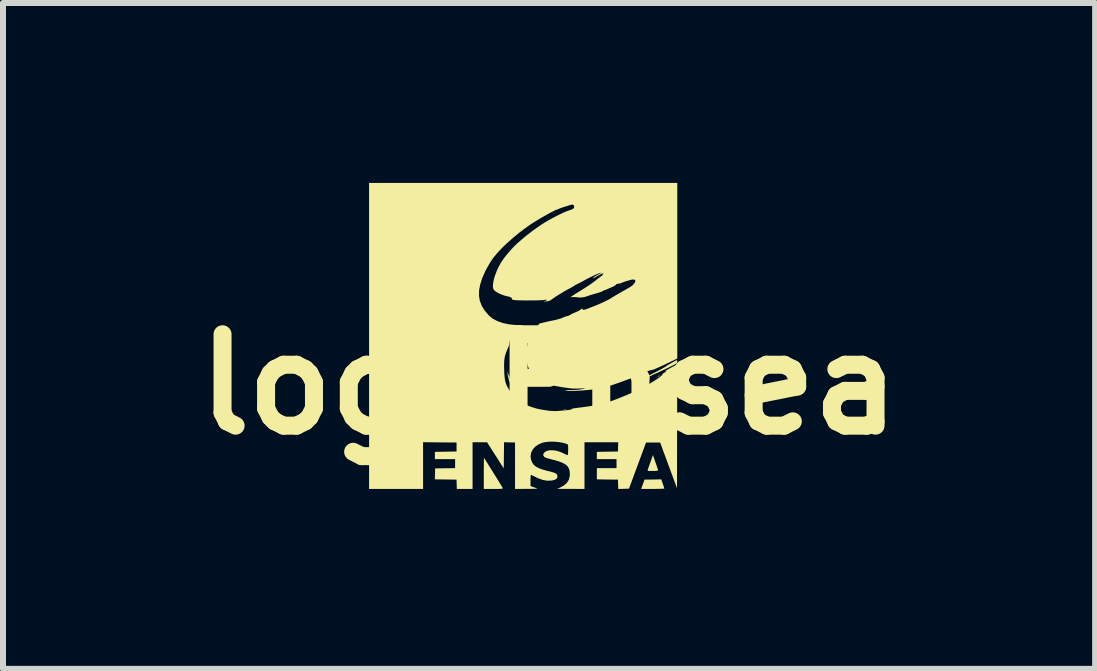
<source format=kicad_pcb>
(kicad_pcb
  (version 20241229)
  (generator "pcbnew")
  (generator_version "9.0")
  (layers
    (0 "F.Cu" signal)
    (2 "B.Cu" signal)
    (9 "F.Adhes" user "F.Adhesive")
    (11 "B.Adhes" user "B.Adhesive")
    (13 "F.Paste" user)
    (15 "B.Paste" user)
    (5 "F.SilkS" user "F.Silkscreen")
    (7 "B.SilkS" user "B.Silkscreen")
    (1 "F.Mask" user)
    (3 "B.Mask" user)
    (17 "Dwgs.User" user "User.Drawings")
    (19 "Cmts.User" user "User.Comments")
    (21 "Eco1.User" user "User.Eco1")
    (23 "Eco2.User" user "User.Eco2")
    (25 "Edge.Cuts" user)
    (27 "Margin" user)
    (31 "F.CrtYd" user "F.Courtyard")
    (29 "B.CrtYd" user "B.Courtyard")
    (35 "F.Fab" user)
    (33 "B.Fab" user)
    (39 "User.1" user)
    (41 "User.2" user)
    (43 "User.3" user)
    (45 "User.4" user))
  (footprint "logoEnsea"
    (layer "F.Cu")
    (at 6.103 3.357)
    (property "Reference" "logoEnsea" (at 0 0 0) (layer "F.SilkS") (effects (font (size 1.524 1.524) (thickness 0.3))))
    (attr board_only exclude_from_pos_files exclude_from_bom)
    (fp_poly (pts (xy 0.234 0.089) (xy 0.23 0.094) (xy 0.225 0.089) (xy 0.23 0.084)) (stroke (width 0) (type solid)) (fill yes) (layer "F.SilkS"))
    (fp_poly (pts (xy 0.356 -1.449) (xy 0.352 -1.444) (xy 0.347 -1.449) (xy 0.352 -1.453)) (stroke (width 0) (type solid)) (fill yes) (layer "F.SilkS"))
    (fp_poly (pts (xy 0.891 -1.833) (xy 0.886 -1.828) (xy 0.881 -1.833) (xy 0.886 -1.838)) (stroke (width 0) (type solid)) (fill yes) (layer "F.SilkS"))
    (fp_poly (pts (xy 1.538 -0.08) (xy 1.533 -0.075) (xy 1.528 -0.08) (xy 1.533 -0.084)) (stroke (width 0) (type solid)) (fill yes) (layer "F.SilkS"))
    (fp_poly (pts (xy 1.556 -0.089) (xy 1.552 -0.084) (xy 1.547 -0.089) (xy 1.552 -0.094)) (stroke (width 0) (type solid)) (fill yes) (layer "F.SilkS"))
    (fp_poly (pts (xy 1.8 -0.117) (xy 1.796 -0.113) (xy 1.791 -0.117) (xy 1.796 -0.122)) (stroke (width 0) (type solid)) (fill yes) (layer "F.SilkS"))
    (fp_poly (pts (xy 1.866 -0.155) (xy 1.861 -0.15) (xy 1.856 -0.155) (xy 1.861 -0.159)) (stroke (width 0) (type solid)) (fill yes) (layer "F.SilkS"))
    (fp_poly (pts (xy 0.293 0.415) (xy 0.297 0.418) (xy 0.285 0.419) (xy 0.267 0.419) (xy 0.246 0.419) (xy 0.24 0.417) (xy 0.246 0.415) (xy 0.274 0.414)) (stroke (width 0) (type solid)) (fill yes) (layer "F.SilkS"))
    (fp_poly (pts (xy 1.516 -0.071) (xy 1.51 -0.066) (xy 1.492 -0.058) (xy 1.486 -0.057) (xy 1.484 -0.06) (xy 1.491 -0.066) (xy 1.508 -0.074) (xy 1.514 -0.075)) (stroke (width 0) (type solid)) (fill yes) (layer "F.SilkS"))
    (fp_poly (pts (xy 1.847 -0.146) (xy 1.84 -0.138) (xy 1.828 -0.131) (xy 1.814 -0.125) (xy 1.81 -0.126) (xy 1.817 -0.133) (xy 1.828 -0.141) (xy 1.843 -0.147)) (stroke (width 0) (type solid)) (fill yes) (layer "F.SilkS"))
    (fp_poly (pts (xy -0.576 0.136) (xy -0.562 0.147) (xy -0.544 0.164) (xy -0.525 0.184) (xy -0.51 0.201) (xy -0.505 0.209) (xy -0.499 0.222) (xy -0.503 0.222) (xy -0.518 0.209) (xy -0.543 0.183) (xy -0.563 0.16) (xy -0.577 0.142) (xy -0.581 0.134)) (stroke (width 0) (type solid)) (fill yes) (layer "F.SilkS"))
    (fp_poly (pts (xy -0.671 -0.145) (xy -0.657 -0.099) (xy -0.64 -0.05) (xy -0.625 -0.008) (xy -0.624 -0.006) (xy -0.613 0.024) (xy -0.606 0.046) (xy -0.604 0.056) (xy -0.604 0.056) (xy -0.611 0.049) (xy -0.623 0.03) (xy -0.631 0.016) (xy -0.667 -0.064) (xy -0.688 -0.15) (xy -0.689 -0.167) (xy -0.694 -0.22)) (stroke (width 0) (type solid)) (fill yes) (layer "F.SilkS"))
    (fp_poly (pts (xy 1.896 1.657) (xy 1.908 1.691) (xy 1.917 1.719) (xy 1.922 1.735) (xy 1.922 1.737) (xy 1.913 1.739) (xy 1.888 1.741) (xy 1.85 1.742) (xy 1.802 1.743) (xy 1.745 1.744) (xy 1.729 1.744) (xy 1.536 1.744) (xy 1.543 1.723) (xy 1.55 1.703) (xy 1.561 1.673) (xy 1.571 1.646) (xy 1.592 1.589) (xy 1.731 1.587) (xy 1.871 1.584)) (stroke (width 0) (type solid)) (fill yes) (layer "F.SilkS"))
    (fp_poly (pts (xy 1.775 1.303) (xy 1.791 1.348) (xy 1.804 1.388) (xy 1.814 1.417) (xy 1.819 1.433) (xy 1.819 1.435) (xy 1.81 1.439) (xy 1.787 1.442) (xy 1.753 1.444) (xy 1.729 1.444) (xy 1.688 1.444) (xy 1.662 1.443) (xy 1.648 1.44) (xy 1.644 1.435) (xy 1.645 1.426) (xy 1.646 1.423) (xy 1.652 1.406) (xy 1.662 1.376) (xy 1.676 1.336) (xy 1.692 1.292) (xy 1.692 1.29) (xy 1.732 1.179)) (stroke (width 0) (type solid)) (fill yes) (layer "F.SilkS"))
    (fp_poly (pts (xy -1.078 1.236) (xy -1.064 1.257) (xy -1.043 1.29) (xy -1.017 1.331) (xy -0.987 1.38) (xy -0.954 1.432) (xy -0.92 1.487) (xy -0.886 1.541) (xy -0.854 1.593) (xy -0.826 1.639) (xy -0.802 1.679) (xy -0.784 1.708) (xy -0.774 1.726) (xy -0.772 1.729) (xy -0.772 1.735) (xy -0.778 1.739) (xy -0.792 1.741) (xy -0.817 1.743) (xy -0.854 1.744) (xy -0.908 1.744) (xy -0.927 1.744) (xy -1.088 1.744) (xy -1.088 1.486) (xy -1.088 1.419) (xy -1.087 1.358) (xy -1.087 1.306) (xy -1.086 1.266) (xy -1.085 1.239) (xy -1.084 1.228) (xy -1.084 1.228)) (stroke (width 0) (type solid)) (fill yes) (layer "F.SilkS"))
    (fp_poly (pts (xy 2.136 -0.395) (xy 2.138 -0.377) (xy 2.137 -0.367) (xy 2.133 -0.358) (xy 2.124 -0.349) (xy 2.107 -0.338) (xy 2.08 -0.323) (xy 2.041 -0.304) (xy 1.989 -0.278) (xy 1.97 -0.269) (xy 1.916 -0.243) (xy 1.864 -0.219) (xy 1.819 -0.198) (xy 1.784 -0.182) (xy 1.762 -0.173) (xy 1.761 -0.172) (xy 1.735 -0.161) (xy 1.715 -0.151) (xy 1.71 -0.149) (xy 1.698 -0.142) (xy 1.673 -0.132) (xy 1.643 -0.12) (xy 1.612 -0.109) (xy 1.585 -0.099) (xy 1.568 -0.095) (xy 1.566 -0.094) (xy 1.572 -0.098) (xy 1.591 -0.109) (xy 1.621 -0.125) (xy 1.65 -0.14) (xy 1.729 -0.18) (xy 1.798 -0.215) (xy 1.856 -0.246) (xy 1.902 -0.272) (xy 1.935 -0.29) (xy 1.953 -0.302) (xy 1.955 -0.304) (xy 1.966 -0.312) (xy 1.989 -0.327) (xy 2.02 -0.344) (xy 2.053 -0.363) (xy 2.086 -0.381) (xy 2.112 -0.395) (xy 2.129 -0.402) (xy 2.132 -0.403)) (stroke (width 0) (type solid)) (fill yes) (layer "F.SilkS"))
    (fp_poly (pts (xy 2.138 -0.431) (xy 1.943 -0.336) (xy 1.886 -0.309) (xy 1.832 -0.285) (xy 1.785 -0.264) (xy 1.748 -0.249) (xy 1.723 -0.241) (xy 1.716 -0.239) (xy 1.697 -0.237) (xy 1.674 -0.23) (xy 1.643 -0.219) (xy 1.603 -0.203) (xy 1.552 -0.181) (xy 1.486 -0.151) (xy 1.466 -0.142) (xy 1.42 -0.123) (xy 1.362 -0.099) (xy 1.295 -0.074) (xy 1.222 -0.047) (xy 1.148 -0.021) (xy 1.076 0.004) (xy 1.01 0.026) (xy 0.952 0.044) (xy 0.907 0.057) (xy 0.893 0.06) (xy 0.84 0.07) (xy 0.776 0.08) (xy 0.704 0.089) (xy 0.628 0.096) (xy 0.551 0.103) (xy 0.477 0.107) (xy 0.409 0.11) (xy 0.35 0.111) (xy 0.304 0.109) (xy 0.282 0.106) (xy 0.269 0.103) (xy 0.27 0.1) (xy 0.286 0.099) (xy 0.318 0.097) (xy 0.367 0.097) (xy 0.432 0.094) (xy 0.49 0.09) (xy 0.537 0.083) (xy 0.553 0.08) (xy 0.614 0.066) (xy 0.5 0.07) (xy 0.453 0.071) (xy 0.412 0.071) (xy 0.371 0.069) (xy 0.325 0.063) (xy 0.27 0.055) (xy 0.216 0.047) (xy 0.145 0.035) (xy 0.088 0.024) (xy 0.042 0.013) (xy 0.001 0.002) (xy -0.036 -0.011) (xy -0.076 -0.028) (xy -0.121 -0.049) (xy -0.128 -0.052) (xy -0.183 -0.082) (xy -0.227 -0.113) (xy -0.265 -0.152) (xy -0.301 -0.202) (xy -0.318 -0.229) (xy -0.342 -0.276) (xy -0.359 -0.323) (xy -0.37 -0.376) (xy -0.374 -0.44) (xy -0.375 -0.484) (xy -0.373 -0.56) (xy -0.367 -0.622) (xy -0.355 -0.676) (xy -0.337 -0.728) (xy -0.332 -0.739) (xy -0.312 -0.779) (xy -0.285 -0.828) (xy -0.253 -0.881) (xy -0.222 -0.93) (xy -0.193 -0.97) (xy -0.177 -0.992) (xy -0.166 -1.007) (xy -0.164 -1.011) (xy -0.154 -1.014) (xy -0.129 -1.021) (xy -0.093 -1.03) (xy -0.049 -1.04) (xy -0.001 -1.051) (xy 0.048 -1.061) (xy 0.084 -1.068) (xy 0.131 -1.079) (xy 0.176 -1.092) (xy 0.213 -1.104) (xy 0.228 -1.111) (xy 0.258 -1.124) (xy 0.285 -1.133) (xy 0.296 -1.135) (xy 0.317 -1.14) (xy 0.344 -1.153) (xy 0.352 -1.158) (xy 0.38 -1.174) (xy 0.417 -1.191) (xy 0.439 -1.2) (xy 0.47 -1.213) (xy 0.495 -1.225) (xy 0.506 -1.232) (xy 0.525 -1.246) (xy 0.544 -1.257) (xy 0.558 -1.261) (xy 0.562 -1.259) (xy 0.561 -1.248) (xy 0.567 -1.242) (xy 0.58 -1.242) (xy 0.603 -1.247) (xy 0.639 -1.26) (xy 0.69 -1.279) (xy 0.695 -1.281) (xy 0.784 -1.316) (xy 0.865 -1.351) (xy 0.937 -1.384) (xy 0.996 -1.414) (xy 1.039 -1.439) (xy 1.042 -1.442) (xy 1.065 -1.456) (xy 1.101 -1.478) (xy 1.144 -1.503) (xy 1.19 -1.53) (xy 1.205 -1.538) (xy 1.265 -1.572) (xy 1.312 -1.599) (xy 1.347 -1.619) (xy 1.372 -1.636) (xy 1.391 -1.65) (xy 1.405 -1.664) (xy 1.417 -1.678) (xy 1.421 -1.683) (xy 1.438 -1.712) (xy 1.438 -1.733) (xy 1.422 -1.745) (xy 1.396 -1.748) (xy 1.373 -1.744) (xy 1.339 -1.735) (xy 1.299 -1.723) (xy 1.257 -1.71) (xy 1.221 -1.696) (xy 1.198 -1.686) (xy 1.177 -1.68) (xy 1.154 -1.678) (xy 1.127 -1.672) (xy 1.116 -1.661) (xy 1.103 -1.649) (xy 1.078 -1.634) (xy 1.046 -1.619) (xy 1.043 -1.618) (xy 1.008 -1.603) (xy 0.975 -1.589) (xy 0.953 -1.579) (xy 0.93 -1.57) (xy 0.913 -1.566) (xy 0.901 -1.561) (xy 0.9 -1.558) (xy 0.892 -1.552) (xy 0.868 -1.542) (xy 0.833 -1.53) (xy 0.79 -1.517) (xy 0.742 -1.503) (xy 0.727 -1.499) (xy 0.693 -1.489) (xy 0.659 -1.477) (xy 0.656 -1.476) (xy 0.586 -1.454) (xy 0.523 -1.446) (xy 0.49 -1.449) (xy 0.451 -1.453) (xy 0.412 -1.455) (xy 0.403 -1.455) (xy 0.361 -1.454) (xy 0.383 -1.471) (xy 0.398 -1.481) (xy 0.427 -1.5) (xy 0.465 -1.524) (xy 0.51 -1.552) (xy 0.556 -1.58) (xy 0.609 -1.614) (xy 0.663 -1.649) (xy 0.711 -1.682) (xy 0.751 -1.711) (xy 0.773 -1.728) (xy 0.806 -1.755) (xy 0.838 -1.78) (xy 0.862 -1.798) (xy 0.869 -1.802) (xy 0.889 -1.817) (xy 0.901 -1.833) (xy 0.905 -1.845) (xy 0.898 -1.85) (xy 0.887 -1.848) (xy 0.87 -1.839) (xy 0.842 -1.824) (xy 0.809 -1.806) (xy 0.802 -1.802) (xy 0.771 -1.785) (xy 0.747 -1.773) (xy 0.734 -1.768) (xy 0.732 -1.768) (xy 0.735 -1.777) (xy 0.754 -1.792) (xy 0.788 -1.812) (xy 0.819 -1.829) (xy 0.846 -1.844) (xy 0.864 -1.856) (xy 0.87 -1.862) (xy 0.859 -1.86) (xy 0.835 -1.852) (xy 0.801 -1.838) (xy 0.76 -1.82) (xy 0.716 -1.799) (xy 0.671 -1.777) (xy 0.628 -1.755) (xy 0.592 -1.735) (xy 0.554 -1.714) (xy 0.52 -1.696) (xy 0.494 -1.683) (xy 0.485 -1.679) (xy 0.461 -1.667) (xy 0.431 -1.65) (xy 0.419 -1.642) (xy 0.388 -1.623) (xy 0.351 -1.602) (xy 0.323 -1.588) (xy 0.28 -1.565) (xy 0.228 -1.534) (xy 0.172 -1.5) (xy 0.118 -1.466) (xy 0.072 -1.435) (xy 0.05 -1.419) (xy 0.02 -1.399) (xy -0.007 -1.388) (xy -0.041 -1.383) (xy -0.051 -1.382) (xy -0.079 -1.381) (xy -0.091 -1.381) (xy -0.086 -1.384) (xy -0.077 -1.387) (xy -0.047 -1.397) (xy -0.035 -1.405) (xy -0.04 -1.41) (xy -0.063 -1.41) (xy -0.08 -1.406) (xy -0.101 -1.404) (xy -0.137 -1.402) (xy -0.185 -1.4) (xy -0.242 -1.399) (xy -0.303 -1.399) (xy -0.366 -1.398) (xy -0.428 -1.399) (xy -0.484 -1.4) (xy -0.531 -1.401) (xy -0.567 -1.404) (xy -0.581 -1.405) (xy -0.608 -1.411) (xy -0.62 -1.419) (xy -0.621 -1.428) (xy -0.623 -1.441) (xy -0.638 -1.451) (xy -0.666 -1.461) (xy -0.711 -1.471) (xy -0.715 -1.472) (xy -0.757 -1.484) (xy -0.804 -1.502) (xy -0.849 -1.523) (xy -0.887 -1.546) (xy -0.915 -1.568) (xy -0.919 -1.573) (xy -0.933 -1.604) (xy -0.936 -1.647) (xy -0.93 -1.701) (xy -0.917 -1.763) (xy -0.896 -1.829) (xy -0.868 -1.898) (xy -0.836 -1.967) (xy -0.798 -2.034) (xy -0.757 -2.095) (xy -0.73 -2.13) (xy -0.706 -2.159) (xy -0.677 -2.194) (xy -0.649 -2.227) (xy -0.599 -2.282) (xy -0.536 -2.344) (xy -0.46 -2.411) (xy -0.376 -2.481) (xy -0.285 -2.551) (xy -0.191 -2.619) (xy -0.136 -2.657) (xy -0.081 -2.692) (xy -0.018 -2.729) (xy 0.05 -2.767) (xy 0.119 -2.803) (xy 0.186 -2.837) (xy 0.248 -2.866) (xy 0.301 -2.888) (xy 0.341 -2.902) (xy 0.343 -2.902) (xy 0.386 -2.918) (xy 0.412 -2.935) (xy 0.42 -2.956) (xy 0.413 -2.981) (xy 0.4 -2.995) (xy 0.38 -2.996) (xy 0.377 -2.995) (xy 0.353 -2.989) (xy 0.319 -2.979) (xy 0.28 -2.966) (xy 0.24 -2.954) (xy 0.205 -2.942) (xy 0.178 -2.932) (xy 0.164 -2.926) (xy 0.164 -2.926) (xy 0.148 -2.918) (xy 0.131 -2.913) (xy 0.11 -2.905) (xy 0.076 -2.889) (xy 0.032 -2.866) (xy -0.02 -2.838) (xy -0.077 -2.806) (xy -0.135 -2.773) (xy -0.192 -2.739) (xy -0.245 -2.706) (xy -0.292 -2.676) (xy -0.295 -2.675) (xy -0.399 -2.602) (xy -0.504 -2.522) (xy -0.604 -2.439) (xy -0.7 -2.354) (xy -0.787 -2.27) (xy -0.863 -2.189) (xy -0.926 -2.113) (xy -0.946 -2.086) (xy -0.974 -2.044) (xy -1.005 -1.991) (xy -1.037 -1.935) (xy -1.065 -1.882) (xy -1.065 -1.882) (xy -1.114 -1.769) (xy -1.148 -1.664) (xy -1.166 -1.568) (xy -1.168 -1.478) (xy -1.154 -1.393) (xy -1.123 -1.312) (xy -1.076 -1.234) (xy -1.013 -1.158) (xy -1.001 -1.146) (xy -0.939 -1.095) (xy -0.862 -1.054) (xy -0.771 -1.022) (xy -0.667 -1) (xy -0.551 -0.988) (xy -0.547 -0.988) (xy -0.431 -0.982) (xy -0.494 -0.914) (xy -0.547 -0.858) (xy -0.587 -0.814) (xy -0.617 -0.779) (xy -0.638 -0.753) (xy -0.651 -0.732) (xy -0.658 -0.716) (xy -0.661 -0.703) (xy -0.66 -0.696) (xy -0.663 -0.664) (xy -0.679 -0.619) (xy -0.688 -0.598) (xy -0.711 -0.545) (xy -0.727 -0.498) (xy -0.739 -0.453) (xy -0.746 -0.406) (xy -0.749 -0.351) (xy -0.749 -0.284) (xy -0.748 -0.248) (xy -0.745 -0.169) (xy -0.739 -0.105) (xy -0.73 -0.052) (xy -0.716 -0.005) (xy -0.697 0.038) (xy -0.671 0.083) (xy -0.657 0.105) (xy -0.621 0.153) (xy -0.579 0.202) (xy -0.533 0.248) (xy -0.489 0.286) (xy -0.45 0.313) (xy -0.442 0.318) (xy -0.401 0.337) (xy -0.35 0.357) (xy -0.294 0.377) (xy -0.24 0.395) (xy -0.194 0.407) (xy -0.178 0.411) (xy -0.102 0.425) (xy -0.04 0.435) (xy 0.012 0.442) (xy 0.058 0.445) (xy 0.103 0.446) (xy 0.15 0.444) (xy 0.184 0.441) (xy 0.254 0.435) (xy 0.307 0.43) (xy 0.344 0.425) (xy 0.367 0.421) (xy 0.377 0.417) (xy 0.375 0.413) (xy 0.379 0.409) (xy 0.398 0.404) (xy 0.429 0.398) (xy 0.452 0.395) (xy 0.57 0.38) (xy 0.672 0.366) (xy 0.762 0.35) (xy 0.843 0.334) (xy 0.917 0.316) (xy 0.988 0.295) (xy 1.059 0.272) (xy 1.094 0.259) (xy 1.156 0.235) (xy 1.225 0.207) (xy 1.297 0.177) (xy 1.368 0.147) (xy 1.435 0.117) (xy 1.493 0.09) (xy 1.54 0.067) (xy 1.556 0.058) (xy 1.614 0.026) (xy 1.671 -0.007) (xy 1.724 -0.039) (xy 1.77 -0.068) (xy 1.807 -0.092) (xy 1.831 -0.109) (xy 1.833 -0.111) (xy 1.859 -0.132) (xy 1.883 -0.151) (xy 1.885 -0.153) (xy 1.899 -0.164) (xy 1.898 -0.167) (xy 1.889 -0.165) (xy 1.88 -0.163) (xy 1.879 -0.165) (xy 1.888 -0.172) (xy 1.91 -0.186) (xy 1.936 -0.203) (xy 1.956 -0.216) (xy 1.96 -0.221) (xy 1.95 -0.22) (xy 1.934 -0.216) (xy 1.935 -0.22) (xy 1.946 -0.227) (xy 1.965 -0.24) (xy 1.994 -0.256) (xy 2.028 -0.275) (xy 2.062 -0.293) (xy 2.094 -0.309) (xy 2.119 -0.321) (xy 2.132 -0.326) (xy 2.134 -0.326) (xy 2.134 -0.316) (xy 2.135 -0.289) (xy 2.135 -0.245) (xy 2.136 -0.187) (xy 2.136 -0.114) (xy 2.136 -0.028) (xy 2.136 0.068) (xy 2.136 0.176) (xy 2.136 0.292) (xy 2.136 0.416) (xy 2.136 0.547) (xy 2.136 0.683) (xy 2.135 0.704) (xy 2.133 1.73) (xy 1.992 1.35) (xy 1.852 0.97) (xy 1.617 0.97) (xy 1.475 1.355) (xy 1.333 1.739) (xy 1.243 1.742) (xy 1.154 1.745) (xy 1.149 1.589) (xy 0.973 1.587) (xy 0.797 1.584) (xy 0.797 1.397) (xy 1.125 1.397) (xy 1.125 1.247) (xy 0.797 1.247) (xy 0.797 1.126) (xy 0.973 1.123) (xy 1.149 1.12) (xy 1.151 1.043) (xy 1.154 0.966) (xy 0.591 0.966) (xy 0.591 1.744) (xy 0.363 1.743) (xy 0.136 1.743) (xy 0.185 1.721) (xy 0.25 1.685) (xy 0.297 1.643) (xy 0.329 1.593) (xy 0.344 1.536) (xy 0.347 1.496) (xy 0.343 1.444) (xy 0.33 1.401) (xy 0.307 1.364) (xy 0.271 1.333) (xy 0.221 1.307) (xy 0.157 1.283) (xy 0.074 1.26) (xy 0.074 1.26) (xy 0.025 1.247) (xy -0.018 1.235) (xy -0.052 1.224) (xy -0.073 1.215) (xy -0.076 1.213) (xy -0.095 1.188) (xy -0.095 1.161) (xy -0.076 1.134) (xy -0.042 1.112) (xy 0.005 1.1) (xy 0.061 1.099) (xy 0.122 1.107) (xy 0.185 1.126) (xy 0.235 1.148) (xy 0.267 1.164) (xy 0.294 1.175) (xy 0.309 1.181) (xy 0.31 1.181) (xy 0.314 1.173) (xy 0.317 1.149) (xy 0.318 1.115) (xy 0.319 1.092) (xy 0.319 1.051) (xy 0.317 1.024) (xy 0.314 1.009) (xy 0.308 1) (xy 0.297 0.995) (xy 0.293 0.993) (xy 0.233 0.975) (xy 0.162 0.963) (xy 0.086 0.956) (xy 0.012 0.956) (xy -0.056 0.962) (xy -0.109 0.973) (xy -0.176 1.002) (xy -0.231 1.04) (xy -0.272 1.086) (xy -0.298 1.139) (xy -0.308 1.196) (xy -0.301 1.253) (xy -0.284 1.299) (xy -0.259 1.337) (xy -0.223 1.369) (xy -0.174 1.396) (xy -0.111 1.42) (xy -0.032 1.442) (xy -0.021 1.444) (xy 0.038 1.459) (xy 0.081 1.472) (xy 0.111 1.485) (xy 0.129 1.5) (xy 0.138 1.516) (xy 0.141 1.537) (xy 0.141 1.537) (xy 0.133 1.565) (xy 0.108 1.586) (xy 0.067 1.6) (xy 0.04 1.604) (xy -0.029 1.607) (xy -0.101 1.595) (xy -0.177 1.568) (xy -0.211 1.552) (xy -0.247 1.534) (xy -0.277 1.52) (xy -0.297 1.511) (xy -0.303 1.51) (xy -0.305 1.518) (xy -0.308 1.542) (xy -0.309 1.576) (xy -0.309 1.603) (xy -0.309 1.696) (xy -0.27 1.71) (xy -0.238 1.721) (xy -0.208 1.731) (xy -0.202 1.733) (xy -0.197 1.736) (xy -0.207 1.739) (xy -0.231 1.741) (xy -0.272 1.742) (xy -0.33 1.743) (xy -0.37 1.743) (xy -0.567 1.744) (xy -0.567 0.97) (xy -0.659 0.968) (xy -0.75 0.965) (xy -0.755 1.402) (xy -0.894 1.184) (xy -1.033 0.966) (xy -1.275 0.966) (xy -1.275 1.744) (xy -1.537 1.744) (xy -1.54 1.667) (xy -1.542 1.589) (xy -1.904 1.584) (xy -1.901 1.493) (xy -1.899 1.402) (xy -1.732 1.399) (xy -1.566 1.397) (xy -1.566 1.247) (xy -1.903 1.247) (xy -1.903 1.126) (xy -1.723 1.123) (xy -1.542 1.12) (xy -1.542 0.97) (xy -1.821 0.968) (xy -2.1 0.965) (xy -2.1 1.744) (xy -3 1.744) (xy -3 -3.357) (xy 2.138 -3.357)) (stroke (width 0) (type solid)) (fill yes) (layer "F.SilkS")))
  (gr_rect
    (start -3 -3)
    (end 15.207 8.101)
    (stroke (width 0.1) (type default))
    (fill no)
    (layer "Edge.Cuts")))
</source>
